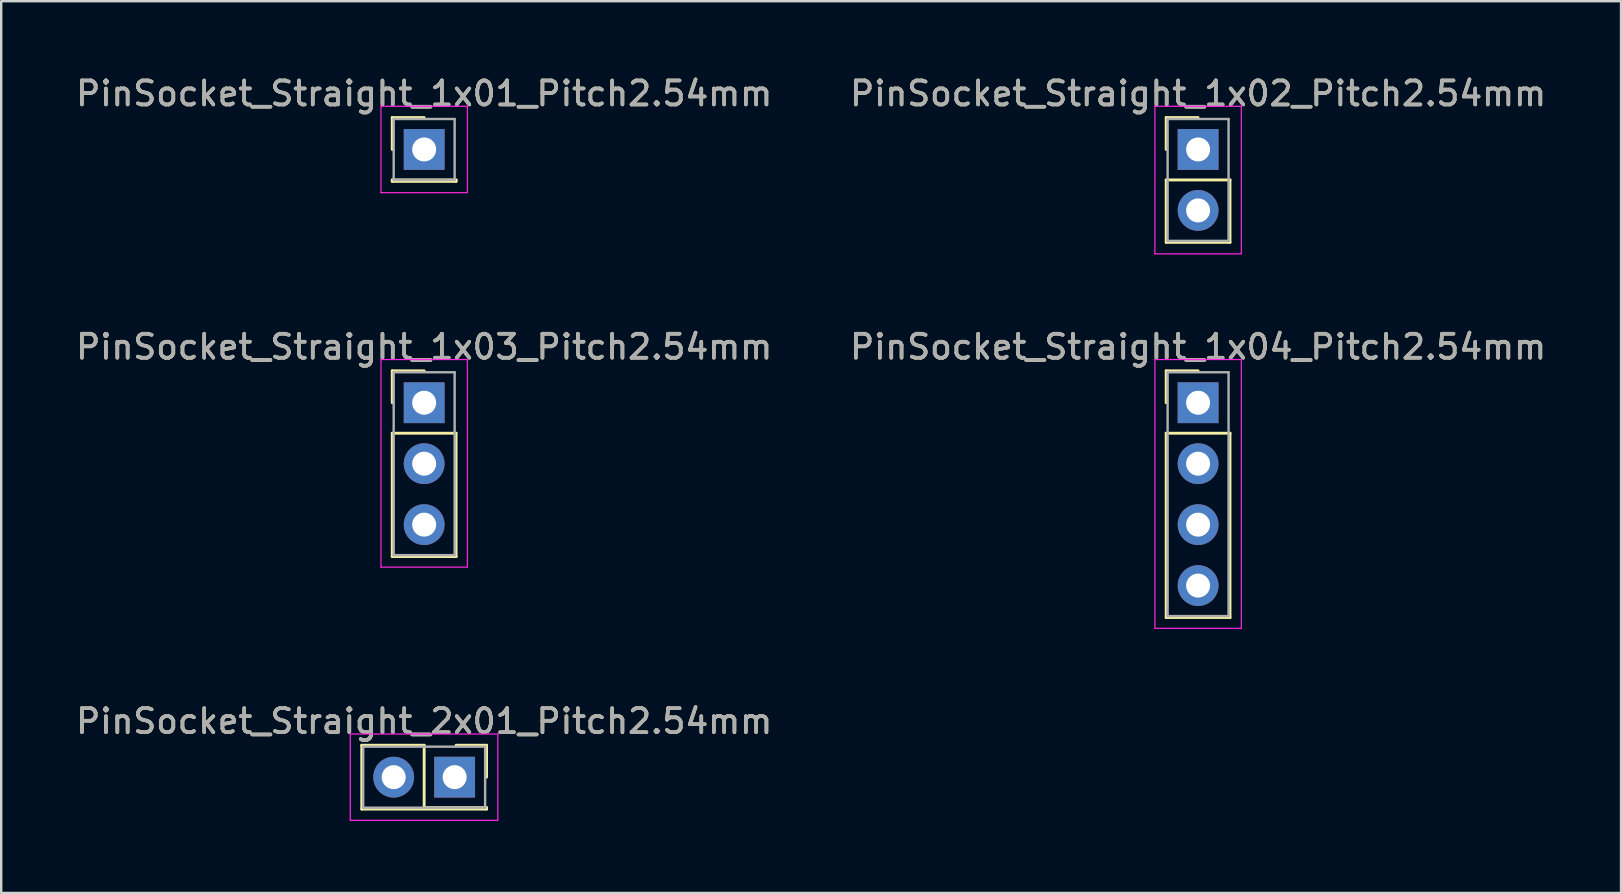
<source format=kicad_pcb>
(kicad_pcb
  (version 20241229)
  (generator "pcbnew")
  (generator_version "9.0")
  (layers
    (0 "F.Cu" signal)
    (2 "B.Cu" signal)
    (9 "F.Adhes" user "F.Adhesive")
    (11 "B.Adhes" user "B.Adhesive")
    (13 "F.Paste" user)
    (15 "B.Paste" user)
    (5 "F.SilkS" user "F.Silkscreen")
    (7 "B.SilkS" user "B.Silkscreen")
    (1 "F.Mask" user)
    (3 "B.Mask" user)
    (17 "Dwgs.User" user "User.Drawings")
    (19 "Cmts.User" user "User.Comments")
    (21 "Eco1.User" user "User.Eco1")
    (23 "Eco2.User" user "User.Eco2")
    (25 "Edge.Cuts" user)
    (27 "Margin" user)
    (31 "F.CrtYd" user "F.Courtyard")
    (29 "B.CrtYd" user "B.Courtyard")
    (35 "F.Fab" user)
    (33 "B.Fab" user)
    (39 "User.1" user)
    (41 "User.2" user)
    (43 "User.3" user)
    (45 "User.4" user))
  (footprint "PinSocket_Straight_1x01_Pitch2.54mm"
    (layer "F.Cu")
    (at 14.625 3.178)
    (property "Reference" "PinSocket_Straight_1x01_Pitch2.54mm" (at 0 -2.33 0) (layer "F.SilkS") (effects (font (size 1 1) (thickness 0.15))))
    (attr through_hole)
    (fp_line (start -1.33 -1.33) (end 0 -1.33) (stroke (width 0.12) (type solid)) (layer "F.SilkS"))
    (fp_line (start -1.33 0) (end -1.33 -1.33) (stroke (width 0.12) (type solid)) (layer "F.SilkS"))
    (fp_line (start -1.33 1.27) (end -1.33 1.33) (stroke (width 0.12) (type solid)) (layer "F.SilkS"))
    (fp_line (start -1.33 1.33) (end 1.33 1.33) (stroke (width 0.12) (type solid)) (layer "F.SilkS"))
    (fp_line (start 1.33 1.27) (end -1.33 1.27) (stroke (width 0.12) (type solid)) (layer "F.SilkS"))
    (fp_line (start 1.33 1.33) (end 1.33 1.27) (stroke (width 0.12) (type solid)) (layer "F.SilkS"))
    (fp_line (start -1.8 -1.8) (end -1.8 1.8) (stroke (width 0.05) (type solid)) (layer "F.CrtYd"))
    (fp_line (start -1.8 1.8) (end 1.8 1.8) (stroke (width 0.05) (type solid)) (layer "F.CrtYd"))
    (fp_line (start 1.8 -1.8) (end -1.8 -1.8) (stroke (width 0.05) (type solid)) (layer "F.CrtYd"))
    (fp_line (start 1.8 1.8) (end 1.8 -1.8) (stroke (width 0.05) (type solid)) (layer "F.CrtYd"))
    (fp_line (start -1.27 -1.27) (end -1.27 1.27) (stroke (width 0.1) (type solid)) (layer "F.Fab"))
    (fp_line (start -1.27 1.27) (end 1.27 1.27) (stroke (width 0.1) (type solid)) (layer "F.Fab"))
    (fp_line (start 1.27 -1.27) (end -1.27 -1.27) (stroke (width 0.1) (type solid)) (layer "F.Fab"))
    (fp_line (start 1.27 1.27) (end 1.27 -1.27) (stroke (width 0.1) (type solid)) (layer "F.Fab"))
    (fp_text user "${REFERENCE}" (at 0 -2.33 0) (layer "F.Fab") (effects (font (size 1 1) (thickness 0.15))))
    (pad "1" thru_hole rect (at 0 0) (size 1.7 1.7) (drill 1) (layers "*.Cu" "*.Mask")))
  (footprint "PinSocket_Straight_1x03_Pitch2.54mm"
    (layer "F.Cu")
    (at 14.625 13.732)
    (property "Reference" "PinSocket_Straight_1x03_Pitch2.54mm" (at 0 -2.33 0) (layer "F.SilkS") (effects (font (size 1 1) (thickness 0.15))))
    (attr through_hole)
    (fp_line (start -1.33 -1.33) (end 0 -1.33) (stroke (width 0.12) (type solid)) (layer "F.SilkS"))
    (fp_line (start -1.33 0) (end -1.33 -1.33) (stroke (width 0.12) (type solid)) (layer "F.SilkS"))
    (fp_line (start -1.33 1.27) (end -1.33 6.41) (stroke (width 0.12) (type solid)) (layer "F.SilkS"))
    (fp_line (start -1.33 6.41) (end 1.33 6.41) (stroke (width 0.12) (type solid)) (layer "F.SilkS"))
    (fp_line (start 1.33 1.27) (end -1.33 1.27) (stroke (width 0.12) (type solid)) (layer "F.SilkS"))
    (fp_line (start 1.33 6.41) (end 1.33 1.27) (stroke (width 0.12) (type solid)) (layer "F.SilkS"))
    (fp_line (start -1.8 -1.8) (end -1.8 6.85) (stroke (width 0.05) (type solid)) (layer "F.CrtYd"))
    (fp_line (start -1.8 6.85) (end 1.8 6.85) (stroke (width 0.05) (type solid)) (layer "F.CrtYd"))
    (fp_line (start 1.8 -1.8) (end -1.8 -1.8) (stroke (width 0.05) (type solid)) (layer "F.CrtYd"))
    (fp_line (start 1.8 6.85) (end 1.8 -1.8) (stroke (width 0.05) (type solid)) (layer "F.CrtYd"))
    (fp_line (start -1.27 -1.27) (end -1.27 6.35) (stroke (width 0.1) (type solid)) (layer "F.Fab"))
    (fp_line (start -1.27 6.35) (end 1.27 6.35) (stroke (width 0.1) (type solid)) (layer "F.Fab"))
    (fp_line (start 1.27 -1.27) (end -1.27 -1.27) (stroke (width 0.1) (type solid)) (layer "F.Fab"))
    (fp_line (start 1.27 6.35) (end 1.27 -1.27) (stroke (width 0.1) (type solid)) (layer "F.Fab"))
    (fp_text user "${REFERENCE}" (at 0 -2.33 0) (layer "F.Fab") (effects (font (size 1 1) (thickness 0.15))))
    (pad "1" thru_hole rect (at 0 0) (size 1.7 1.7) (drill 1) (layers "*.Cu" "*.Mask"))
    (pad "2" thru_hole oval (at 0 2.54) (size 1.7 1.7) (drill 1) (layers "*.Cu" "*.Mask"))
    (pad "3" thru_hole oval (at 0 5.08) (size 1.7 1.7) (drill 1) (layers "*.Cu" "*.Mask")))
  (footprint "PinSocket_Straight_1x04_Pitch2.54mm"
    (layer "F.Cu")
    (at 46.875 13.732)
    (property "Reference" "PinSocket_Straight_1x04_Pitch2.54mm" (at 0 -2.33 0) (layer "F.SilkS") (effects (font (size 1 1) (thickness 0.15))))
    (attr through_hole)
    (fp_line (start -1.33 -1.33) (end 0 -1.33) (stroke (width 0.12) (type solid)) (layer "F.SilkS"))
    (fp_line (start -1.33 0) (end -1.33 -1.33) (stroke (width 0.12) (type solid)) (layer "F.SilkS"))
    (fp_line (start -1.33 1.27) (end -1.33 8.95) (stroke (width 0.12) (type solid)) (layer "F.SilkS"))
    (fp_line (start -1.33 8.95) (end 1.33 8.95) (stroke (width 0.12) (type solid)) (layer "F.SilkS"))
    (fp_line (start 1.33 1.27) (end -1.33 1.27) (stroke (width 0.12) (type solid)) (layer "F.SilkS"))
    (fp_line (start 1.33 8.95) (end 1.33 1.27) (stroke (width 0.12) (type solid)) (layer "F.SilkS"))
    (fp_line (start -1.8 -1.8) (end -1.8 9.4) (stroke (width 0.05) (type solid)) (layer "F.CrtYd"))
    (fp_line (start -1.8 9.4) (end 1.8 9.4) (stroke (width 0.05) (type solid)) (layer "F.CrtYd"))
    (fp_line (start 1.8 -1.8) (end -1.8 -1.8) (stroke (width 0.05) (type solid)) (layer "F.CrtYd"))
    (fp_line (start 1.8 9.4) (end 1.8 -1.8) (stroke (width 0.05) (type solid)) (layer "F.CrtYd"))
    (fp_line (start -1.27 -1.27) (end -1.27 8.89) (stroke (width 0.1) (type solid)) (layer "F.Fab"))
    (fp_line (start -1.27 8.89) (end 1.27 8.89) (stroke (width 0.1) (type solid)) (layer "F.Fab"))
    (fp_line (start 1.27 -1.27) (end -1.27 -1.27) (stroke (width 0.1) (type solid)) (layer "F.Fab"))
    (fp_line (start 1.27 8.89) (end 1.27 -1.27) (stroke (width 0.1) (type solid)) (layer "F.Fab"))
    (fp_text user "${REFERENCE}" (at 0 -2.33 0) (layer "F.Fab") (effects (font (size 1 1) (thickness 0.15))))
    (pad "1" thru_hole rect (at 0 0) (size 1.7 1.7) (drill 1) (layers "*.Cu" "*.Mask"))
    (pad "2" thru_hole oval (at 0 2.54) (size 1.7 1.7) (drill 1) (layers "*.Cu" "*.Mask"))
    (pad "3" thru_hole oval (at 0 5.08) (size 1.7 1.7) (drill 1) (layers "*.Cu" "*.Mask"))
    (pad "4" thru_hole oval (at 0 7.62) (size 1.7 1.7) (drill 1) (layers "*.Cu" "*.Mask")))
  (footprint "PinSocket_Straight_2x01_Pitch2.54mm"
    (layer "F.Cu")
    (at 15.895 29.335)
    (property "Reference" "PinSocket_Straight_2x01_Pitch2.54mm" (at -1.27 -2.33 0) (layer "F.SilkS") (effects (font (size 1 1) (thickness 0.15))))
    (attr through_hole)
    (fp_line (start -3.87 -1.33) (end -1.27 -1.33) (stroke (width 0.12) (type solid)) (layer "F.SilkS"))
    (fp_line (start -3.87 1.33) (end -3.87 -1.33) (stroke (width 0.12) (type solid)) (layer "F.SilkS"))
    (fp_line (start -1.27 -1.33) (end -1.27 1.27) (stroke (width 0.12) (type solid)) (layer "F.SilkS"))
    (fp_line (start -1.27 1.27) (end 1.33 1.27) (stroke (width 0.12) (type solid)) (layer "F.SilkS"))
    (fp_line (start 1.33 -1.33) (end 0.06 -1.33) (stroke (width 0.12) (type solid)) (layer "F.SilkS"))
    (fp_line (start 1.33 0) (end 1.33 -1.33) (stroke (width 0.12) (type solid)) (layer "F.SilkS"))
    (fp_line (start 1.33 1.27) (end 1.33 1.33) (stroke (width 0.12) (type solid)) (layer "F.SilkS"))
    (fp_line (start 1.33 1.33) (end -3.87 1.33) (stroke (width 0.12) (type solid)) (layer "F.SilkS"))
    (fp_line (start -4.35 -1.8) (end -4.35 1.8) (stroke (width 0.05) (type solid)) (layer "F.CrtYd"))
    (fp_line (start -4.35 1.8) (end 1.8 1.8) (stroke (width 0.05) (type solid)) (layer "F.CrtYd"))
    (fp_line (start 1.8 -1.8) (end -4.35 -1.8) (stroke (width 0.05) (type solid)) (layer "F.CrtYd"))
    (fp_line (start 1.8 1.8) (end 1.8 -1.8) (stroke (width 0.05) (type solid)) (layer "F.CrtYd"))
    (fp_line (start -3.81 -1.27) (end -3.81 1.27) (stroke (width 0.1) (type solid)) (layer "F.Fab"))
    (fp_line (start -3.81 1.27) (end 1.27 1.27) (stroke (width 0.1) (type solid)) (layer "F.Fab"))
    (fp_line (start 1.27 -1.27) (end -3.81 -1.27) (stroke (width 0.1) (type solid)) (layer "F.Fab"))
    (fp_line (start 1.27 1.27) (end 1.27 -1.27) (stroke (width 0.1) (type solid)) (layer "F.Fab"))
    (fp_text user "${REFERENCE}" (at -1.27 -2.33 0) (layer "F.Fab") (effects (font (size 1 1) (thickness 0.15))))
    (pad "1" thru_hole rect (at 0 0) (size 1.7 1.7) (drill 1) (layers "*.Cu" "*.Mask"))
    (pad "2" thru_hole oval (at -2.54 0) (size 1.7 1.7) (drill 1) (layers "*.Cu" "*.Mask")))
  (footprint "PinSocket_Straight_1x02_Pitch2.54mm"
    (layer "F.Cu")
    (at 46.875 3.178)
    (property "Reference" "PinSocket_Straight_1x02_Pitch2.54mm" (at 0 -2.33 0) (layer "F.SilkS") (effects (font (size 1 1) (thickness 0.15))))
    (attr through_hole)
    (fp_line (start -1.33 -1.33) (end 0 -1.33) (stroke (width 0.12) (type solid)) (layer "F.SilkS"))
    (fp_line (start -1.33 0) (end -1.33 -1.33) (stroke (width 0.12) (type solid)) (layer "F.SilkS"))
    (fp_line (start -1.33 1.27) (end -1.33 3.87) (stroke (width 0.12) (type solid)) (layer "F.SilkS"))
    (fp_line (start -1.33 3.87) (end 1.33 3.87) (stroke (width 0.12) (type solid)) (layer "F.SilkS"))
    (fp_line (start 1.33 1.27) (end -1.33 1.27) (stroke (width 0.12) (type solid)) (layer "F.SilkS"))
    (fp_line (start 1.33 3.87) (end 1.33 1.27) (stroke (width 0.12) (type solid)) (layer "F.SilkS"))
    (fp_line (start -1.8 -1.8) (end -1.8 4.35) (stroke (width 0.05) (type solid)) (layer "F.CrtYd"))
    (fp_line (start -1.8 4.35) (end 1.8 4.35) (stroke (width 0.05) (type solid)) (layer "F.CrtYd"))
    (fp_line (start 1.8 -1.8) (end -1.8 -1.8) (stroke (width 0.05) (type solid)) (layer "F.CrtYd"))
    (fp_line (start 1.8 4.35) (end 1.8 -1.8) (stroke (width 0.05) (type solid)) (layer "F.CrtYd"))
    (fp_line (start -1.27 -1.27) (end -1.27 3.81) (stroke (width 0.1) (type solid)) (layer "F.Fab"))
    (fp_line (start -1.27 3.81) (end 1.27 3.81) (stroke (width 0.1) (type solid)) (layer "F.Fab"))
    (fp_line (start 1.27 -1.27) (end -1.27 -1.27) (stroke (width 0.1) (type solid)) (layer "F.Fab"))
    (fp_line (start 1.27 3.81) (end 1.27 -1.27) (stroke (width 0.1) (type solid)) (layer "F.Fab"))
    (fp_text user "${REFERENCE}" (at 0 -2.33 0) (layer "F.Fab") (effects (font (size 1 1) (thickness 0.15))))
    (pad "1" thru_hole rect (at 0 0) (size 1.7 1.7) (drill 1) (layers "*.Cu" "*.Mask"))
    (pad "2" thru_hole oval (at 0 2.54) (size 1.7 1.7) (drill 1) (layers "*.Cu" "*.Mask")))
  (gr_rect
    (start -3 -3)
    (end 64.5 34.16)
    (stroke (width 0.1) (type default))
    (fill no)
    (layer "Edge.Cuts")))
</source>
